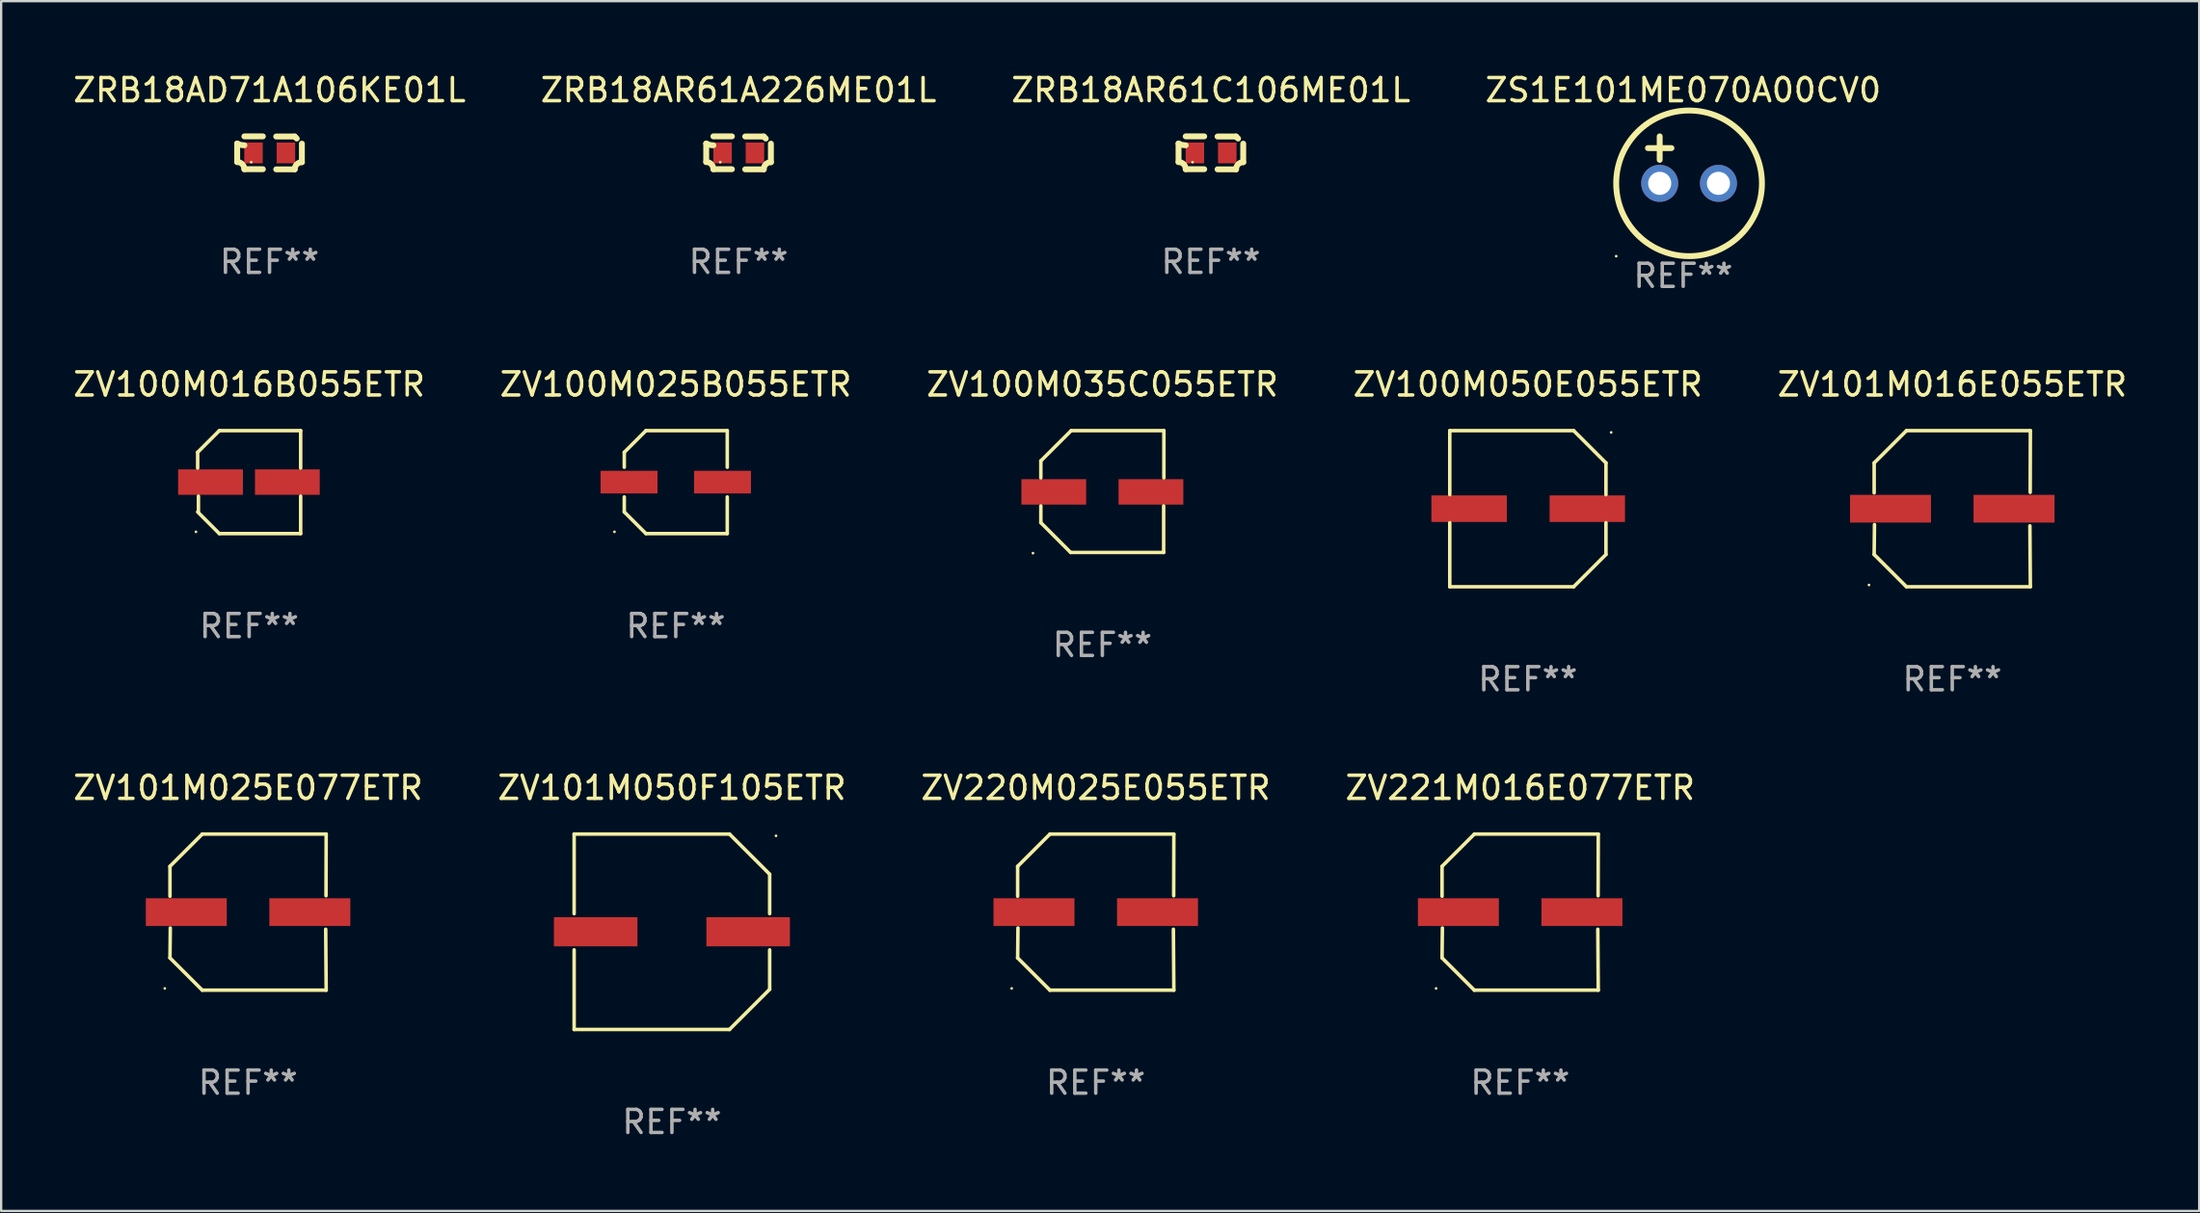
<source format=kicad_pcb>
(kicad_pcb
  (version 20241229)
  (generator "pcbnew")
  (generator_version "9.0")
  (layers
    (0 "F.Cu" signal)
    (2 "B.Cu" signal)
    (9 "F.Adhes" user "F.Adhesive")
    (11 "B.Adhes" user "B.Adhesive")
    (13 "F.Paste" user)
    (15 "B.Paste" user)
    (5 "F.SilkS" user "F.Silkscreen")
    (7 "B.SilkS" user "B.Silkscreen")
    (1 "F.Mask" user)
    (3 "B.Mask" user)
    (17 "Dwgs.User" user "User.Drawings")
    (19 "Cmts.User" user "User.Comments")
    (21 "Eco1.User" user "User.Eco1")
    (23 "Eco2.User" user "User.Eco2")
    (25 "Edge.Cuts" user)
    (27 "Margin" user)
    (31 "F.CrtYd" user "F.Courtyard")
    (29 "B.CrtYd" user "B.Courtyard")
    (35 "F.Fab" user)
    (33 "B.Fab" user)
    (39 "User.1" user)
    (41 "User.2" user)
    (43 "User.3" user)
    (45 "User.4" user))
  (footprint "ZV100M025B055ETR"
    (layer "F.Cu")
    (at 26.161 17.803)
    (property "Reference" "ZV100M025B055ETR" (at 0 -4.226 0) (layer "F.SilkS") (effects (font (size 1 1) (thickness 0.15))))
    (attr through_hole)
    (fp_line (start -2.226 -1.29) (end -1.29 -2.226) (stroke (width 0.152) (type solid)) (layer "F.SilkS"))
    (fp_line (start -2.226 -0.642) (end -2.226 -1.29) (stroke (width 0.152) (type solid)) (layer "F.SilkS"))
    (fp_line (start -2.226 0.642) (end -2.226 1.29) (stroke (width 0.152) (type solid)) (layer "F.SilkS"))
    (fp_line (start -2.226 1.29) (end -1.29 2.226) (stroke (width 0.152) (type solid)) (layer "F.SilkS"))
    (fp_line (start -1.29 -2.226) (end 2.226 -2.226) (stroke (width 0.152) (type solid)) (layer "F.SilkS"))
    (fp_line (start -1.29 2.226) (end 2.226 2.226) (stroke (width 0.152) (type solid)) (layer "F.SilkS"))
    (fp_line (start 2.226 -2.226) (end 2.226 -0.642) (stroke (width 0.152) (type solid)) (layer "F.SilkS"))
    (fp_line (start 2.226 2.226) (end 2.226 0.642) (stroke (width 0.152) (type solid)) (layer "F.SilkS"))
    (fp_circle (center -2.65 2.15) (end -2.62 2.15) (stroke (width 0.06) (type solid)) (fill no) (layer "F.SilkS"))
    (fp_text user "REF**" (at 0 6.226 0) (layer "F.Fab") (effects (font (size 1 1) (thickness 0.15))))
    (pad "1" smd rect (at -2.02 -0.000013) (size 2.46 0.98) (layers "F.Cu" "F.Mask" "F.Paste"))
    (pad "2" smd rect (at 2.02 -0.000013) (size 2.46 0.98) (layers "F.Cu" "F.Mask" "F.Paste")))
  (footprint "ZV220M025E055ETR"
    (layer "F.Cu")
    (at 44.315 36.402)
    (property "Reference" "ZV220M025E055ETR" (at 0 -5.376 0) (layer "F.SilkS") (effects (font (size 1 1) (thickness 0.15))))
    (attr through_hole)
    (fp_line (start -3.376 -1.98) (end -3.376 -0.686) (stroke (width 0.152) (type solid)) (layer "F.SilkS"))
    (fp_line (start -3.376 1.981) (end -3.362 0.686) (stroke (width 0.152) (type solid)) (layer "F.SilkS"))
    (fp_line (start -1.981 3.376) (end -3.376 1.981) (stroke (width 0.152) (type solid)) (layer "F.SilkS"))
    (fp_line (start -1.98 -3.376) (end -3.376 -1.98) (stroke (width 0.152) (type solid)) (layer "F.SilkS"))
    (fp_line (start 3.356 0.74) (end 3.376 3.376) (stroke (width 0.152) (type solid)) (layer "F.SilkS"))
    (fp_line (start 3.369 -0.707) (end 3.376 -3.376) (stroke (width 0.152) (type solid)) (layer "F.SilkS"))
    (fp_line (start 3.376 3.376) (end -1.981 3.376) (stroke (width 0.152) (type solid)) (layer "F.SilkS"))
    (fp_line (start 3.376 -3.376) (end -1.98 -3.376) (stroke (width 0.152) (type solid)) (layer "F.SilkS"))
    (fp_circle (center -3.634 3.3) (end -3.604 3.3) (stroke (width 0.06) (type solid)) (fill no) (layer "F.SilkS"))
    (fp_text user "REF**" (at 0 7.376 0) (layer "F.Fab") (effects (font (size 1 1) (thickness 0.15))))
    (pad "1" smd rect (at -2.67 0.000254) (size 3.5 1.2) (layers "F.Cu" "F.Mask" "F.Paste"))
    (pad "2" smd rect (at 2.67 0.000254) (size 3.5 1.2) (layers "F.Cu" "F.Mask" "F.Paste")))
  (footprint "ZV101M050F105ETR"
    (layer "F.Cu")
    (at 25.994 37.252)
    (property "Reference" "ZV101M050F105ETR" (at 0 -6.226 0) (layer "F.SilkS") (effects (font (size 1 1) (thickness 0.15))))
    (attr through_hole)
    (fp_line (start -4.226 -4.226) (end 2.49 -4.226) (stroke (width 0.152) (type solid)) (layer "F.SilkS"))
    (fp_line (start -4.226 -0.782) (end -4.226 -4.226) (stroke (width 0.152) (type solid)) (layer "F.SilkS"))
    (fp_line (start -4.226 0.782) (end -4.226 4.226) (stroke (width 0.152) (type solid)) (layer "F.SilkS"))
    (fp_line (start -4.226 4.226) (end 2.49 4.226) (stroke (width 0.152) (type solid)) (layer "F.SilkS"))
    (fp_line (start 2.49 -4.226) (end 4.226 -2.49) (stroke (width 0.152) (type solid)) (layer "F.SilkS"))
    (fp_line (start 2.49 4.226) (end 4.226 2.49) (stroke (width 0.152) (type solid)) (layer "F.SilkS"))
    (fp_line (start 4.226 -2.49) (end 4.226 -0.782) (stroke (width 0.152) (type solid)) (layer "F.SilkS"))
    (fp_line (start 4.226 2.49) (end 4.226 0.782) (stroke (width 0.152) (type solid)) (layer "F.SilkS"))
    (fp_circle (center 4.5 -4.15) (end 4.53 -4.15) (stroke (width 0.06) (type solid)) (fill no) (layer "F.SilkS"))
    (fp_text user "REF**" (at 0 8.226 0) (layer "F.Fab") (effects (font (size 1 1) (thickness 0.15))))
    (pad "1" smd rect (at 3.295 0 180) (size 3.61 1.26) (layers "F.Cu" "F.Mask" "F.Paste"))
    (pad "2" smd rect (at -3.295 0 180) (size 3.61 1.26) (layers "F.Cu" "F.Mask" "F.Paste")))
  (footprint "ZV101M016E055ETR"
    (layer "F.Cu")
    (at 81.339 18.953)
    (property "Reference" "ZV101M016E055ETR" (at 0 -5.376 0) (layer "F.SilkS") (effects (font (size 1 1) (thickness 0.15))))
    (attr through_hole)
    (fp_line (start -3.376 -1.98) (end -3.376 -0.686) (stroke (width 0.152) (type solid)) (layer "F.SilkS"))
    (fp_line (start -3.376 1.981) (end -3.362 0.686) (stroke (width 0.152) (type solid)) (layer "F.SilkS"))
    (fp_line (start -1.981 3.376) (end -3.376 1.981) (stroke (width 0.152) (type solid)) (layer "F.SilkS"))
    (fp_line (start -1.98 -3.376) (end -3.376 -1.98) (stroke (width 0.152) (type solid)) (layer "F.SilkS"))
    (fp_line (start 3.356 0.74) (end 3.376 3.376) (stroke (width 0.152) (type solid)) (layer "F.SilkS"))
    (fp_line (start 3.369 -0.707) (end 3.376 -3.376) (stroke (width 0.152) (type solid)) (layer "F.SilkS"))
    (fp_line (start 3.376 3.376) (end -1.981 3.376) (stroke (width 0.152) (type solid)) (layer "F.SilkS"))
    (fp_line (start 3.376 -3.376) (end -1.98 -3.376) (stroke (width 0.152) (type solid)) (layer "F.SilkS"))
    (fp_circle (center -3.6 3.3) (end -3.57 3.3) (stroke (width 0.06) (type solid)) (fill no) (layer "F.SilkS"))
    (fp_text user "REF**" (at 0 7.376 0) (layer "F.Fab") (effects (font (size 1 1) (thickness 0.15))))
    (pad "1" smd rect (at -2.67 0.000381) (size 3.5 1.2) (layers "F.Cu" "F.Mask" "F.Paste"))
    (pad "2" smd rect (at 2.67 0.000381) (size 3.5 1.2) (layers "F.Cu" "F.Mask" "F.Paste")))
  (footprint "ZV101M025E077ETR"
    (layer "F.Cu")
    (at 7.673 36.402)
    (property "Reference" "ZV101M025E077ETR" (at 0 -5.376 0) (layer "F.SilkS") (effects (font (size 1 1) (thickness 0.15))))
    (attr through_hole)
    (fp_line (start -3.376 -1.98) (end -3.376 -0.686) (stroke (width 0.152) (type solid)) (layer "F.SilkS"))
    (fp_line (start -3.376 1.981) (end -3.362 0.686) (stroke (width 0.152) (type solid)) (layer "F.SilkS"))
    (fp_line (start -1.981 3.376) (end -3.376 1.981) (stroke (width 0.152) (type solid)) (layer "F.SilkS"))
    (fp_line (start -1.98 -3.376) (end -3.376 -1.98) (stroke (width 0.152) (type solid)) (layer "F.SilkS"))
    (fp_line (start 3.356 0.74) (end 3.376 3.376) (stroke (width 0.152) (type solid)) (layer "F.SilkS"))
    (fp_line (start 3.369 -0.707) (end 3.376 -3.376) (stroke (width 0.152) (type solid)) (layer "F.SilkS"))
    (fp_line (start 3.376 3.376) (end -1.981 3.376) (stroke (width 0.152) (type solid)) (layer "F.SilkS"))
    (fp_line (start 3.376 -3.376) (end -1.98 -3.376) (stroke (width 0.152) (type solid)) (layer "F.SilkS"))
    (fp_circle (center -3.6 3.3) (end -3.57 3.3) (stroke (width 0.06) (type solid)) (fill no) (layer "F.SilkS"))
    (fp_text user "REF**" (at 0 7.376 0) (layer "F.Fab") (effects (font (size 1 1) (thickness 0.15))))
    (pad "1" smd rect (at -2.67 0.000381) (size 3.5 1.2) (layers "F.Cu" "F.Mask" "F.Paste"))
    (pad "2" smd rect (at 2.67 0.000381) (size 3.5 1.2) (layers "F.Cu" "F.Mask" "F.Paste")))
  (footprint "ZRB18AR61A226ME01L"
    (layer "F.Cu")
    (at 28.875 3.561)
    (property "Reference" "ZRB18AR61A226ME01L" (at 0 -2.713 0) (layer "F.SilkS") (effects (font (size 1 1) (thickness 0.15))))
    (attr through_hole)
    (fp_line (start -1.398 -0.403) (end -1.398 0.397) (stroke (width 0.254) (type solid)) (layer "F.SilkS"))
    (fp_line (start -0.288 -0.713) (end -1.088 -0.713) (stroke (width 0.254) (type solid)) (layer "F.SilkS"))
    (fp_line (start -0.288 0.707) (end -1.088 0.707) (stroke (width 0.254) (type solid)) (layer "F.SilkS"))
    (fp_line (start 0.288 -0.707) (end 1.088 -0.707) (stroke (width 0.254) (type solid)) (layer "F.SilkS"))
    (fp_line (start 0.288 0.713) (end 1.088 0.713) (stroke (width 0.254) (type solid)) (layer "F.SilkS"))
    (fp_line (start 1.398 -0.397) (end 1.398 0.403) (stroke (width 0.254) (type solid)) (layer "F.SilkS"))
    (fp_arc (start -1.397789 0.397066) (mid -1.178701 0.487826) (end -1.08796 0.706922) (stroke (width 0.254001) (type solid)) (layer "F.SilkS"))
    (fp_arc (start -1.08796 -0.327176) (mid -1.247436 -0.346384) (end -1.39779 -0.402908) (stroke (width 0.254001) (type solid)) (layer "F.SilkS"))
    (fp_arc (start 1.087909 0.712738) (mid 1.178656 0.493655) (end 1.397739 0.402908) (stroke (width 0.254001) (type solid)) (layer "F.SilkS"))
    (fp_arc (start 1.175925 -0.618926) (mid 1.131917 -0.662923) (end 1.08791 -0.706922) (stroke (width 0.254001) (type solid)) (layer "F.SilkS"))
    (fp_circle (center -0.792 0.403) (end -0.762 0.403) (stroke (width 0.06) (type solid)) (fill no) (layer "F.SilkS"))
    (fp_text user "REF**" (at 0 4.713 0) (layer "F.Fab") (effects (font (size 1 1) (thickness 0.15))))
    (pad "1" smd rect (at -0.692 0.003) (size 0.8 0.9) (layers "F.Cu" "F.Mask" "F.Paste"))
    (pad "2" smd rect (at 0.708 0.003) (size 0.8 0.9) (layers "F.Cu" "F.Mask" "F.Paste")))
  (footprint "ZS1E101ME070A00CV0"
    (layer "F.Cu")
    (at 69.708 3.864)
    (property "Reference" "ZS1E101ME070A00CV0" (at 0 -3.016 0) (layer "F.SilkS") (effects (font (size 1 1) (thickness 0.15))))
    (attr through_hole)
    (fp_line (start -1.524 -0.508) (end -0.508 -0.508) (stroke (width 0.254) (type solid)) (layer "F.SilkS"))
    (fp_line (start -1.016 -1.016) (end -1.016 0) (stroke (width 0.254) (type solid)) (layer "F.SilkS"))
    (fp_circle (center -2.896 4.166) (end -2.866 4.166) (stroke (width 0.06) (type solid)) (fill no) (layer "F.SilkS"))
    (fp_circle (center 0.254 1.016) (end 3.404 1.016) (stroke (width 0.254) (type solid)) (fill no) (layer "F.SilkS"))
    (fp_text user "REF**" (at 0 5.016 0) (layer "F.Fab") (effects (font (size 1 1) (thickness 0.15))))
    (pad "1" thru_hole circle (at -1.016 1.016) (size 1.6 1.6) (drill 1) (layers "*.Cu" "*.Mask"))
    (pad "2" thru_hole circle (at 1.524 1.016) (size 1.6 1.6) (drill 1) (layers "*.Cu" "*.Mask")))
  (footprint "ZV100M016B055ETR"
    (layer "F.Cu")
    (at 7.72 17.803)
    (property "Reference" "ZV100M016B055ETR" (at 0 -4.226 0) (layer "F.SilkS") (effects (font (size 1 1) (thickness 0.15))))
    (attr through_hole)
    (fp_line (start -2.226 -1.29) (end -2.226 -0.607) (stroke (width 0.152) (type solid)) (layer "F.SilkS"))
    (fp_line (start -2.193 1.29) (end -2.193 0.607) (stroke (width 0.152) (type solid)) (layer "F.SilkS"))
    (fp_line (start -1.29 2.226) (end -2.226 1.29) (stroke (width 0.152) (type solid)) (layer "F.SilkS"))
    (fp_line (start -1.29 -2.226) (end -2.226 -1.29) (stroke (width 0.152) (type solid)) (layer "F.SilkS"))
    (fp_line (start 2.226 -2.226) (end -1.29 -2.226) (stroke (width 0.152) (type solid)) (layer "F.SilkS"))
    (fp_line (start 2.226 -0.607) (end 2.226 -2.226) (stroke (width 0.152) (type solid)) (layer "F.SilkS"))
    (fp_line (start 2.226 0.607) (end 2.226 2.226) (stroke (width 0.152) (type solid)) (layer "F.SilkS"))
    (fp_line (start 2.226 2.226) (end -1.29 2.226) (stroke (width 0.152) (type solid)) (layer "F.SilkS"))
    (fp_circle (center -2.3 2.15) (end -2.27 2.15) (stroke (width 0.06) (type solid)) (fill no) (layer "F.SilkS"))
    (fp_text user "REF**" (at 0 6.226 0) (layer "F.Fab") (effects (font (size 1 1) (thickness 0.15))))
    (pad "1" smd rect (at -1.67 -0.000025) (size 2.8 1.1) (layers "F.Cu" "F.Mask" "F.Paste"))
    (pad "2" smd rect (at 1.651 -0.000025) (size 2.8 1.1) (layers "F.Cu" "F.Mask" "F.Paste")))
  (footprint "ZRB18AD71A106KE01L"
    (layer "F.Cu")
    (at 8.601 3.561)
    (property "Reference" "ZRB18AD71A106KE01L" (at 0 -2.713 0) (layer "F.SilkS") (effects (font (size 1 1) (thickness 0.15))))
    (attr through_hole)
    (fp_line (start -1.398 -0.403) (end -1.398 0.397) (stroke (width 0.254) (type solid)) (layer "F.SilkS"))
    (fp_line (start -0.288 -0.713) (end -1.088 -0.713) (stroke (width 0.254) (type solid)) (layer "F.SilkS"))
    (fp_line (start -0.288 0.707) (end -1.088 0.707) (stroke (width 0.254) (type solid)) (layer "F.SilkS"))
    (fp_line (start 0.288 -0.707) (end 1.088 -0.707) (stroke (width 0.254) (type solid)) (layer "F.SilkS"))
    (fp_line (start 0.288 0.713) (end 1.088 0.713) (stroke (width 0.254) (type solid)) (layer "F.SilkS"))
    (fp_line (start 1.398 -0.397) (end 1.398 0.403) (stroke (width 0.254) (type solid)) (layer "F.SilkS"))
    (fp_arc (start -1.397789 0.397066) (mid -1.178701 0.487826) (end -1.08796 0.706922) (stroke (width 0.254001) (type solid)) (layer "F.SilkS"))
    (fp_arc (start -1.08796 -0.327176) (mid -1.247436 -0.346384) (end -1.39779 -0.402908) (stroke (width 0.254001) (type solid)) (layer "F.SilkS"))
    (fp_arc (start 1.087909 0.712738) (mid 1.178656 0.493655) (end 1.397739 0.402908) (stroke (width 0.254001) (type solid)) (layer "F.SilkS"))
    (fp_arc (start 1.175925 -0.618926) (mid 1.131917 -0.662923) (end 1.08791 -0.706922) (stroke (width 0.254001) (type solid)) (layer "F.SilkS"))
    (fp_circle (center -0.792 0.403) (end -0.762 0.403) (stroke (width 0.06) (type solid)) (fill no) (layer "F.SilkS"))
    (fp_text user "REF**" (at 0 4.713 0) (layer "F.Fab") (effects (font (size 1 1) (thickness 0.15))))
    (pad "1" smd rect (at -0.692 0.003) (size 0.8 0.9) (layers "F.Cu" "F.Mask" "F.Paste"))
    (pad "2" smd rect (at 0.708 0.003) (size 0.8 0.9) (layers "F.Cu" "F.Mask" "F.Paste")))
  (footprint "ZV221M016E077ETR"
    (layer "F.Cu")
    (at 62.661 36.402)
    (property "Reference" "ZV221M016E077ETR" (at 0 -5.376 0) (layer "F.SilkS") (effects (font (size 1 1) (thickness 0.15))))
    (attr through_hole)
    (fp_line (start -3.376 -1.98) (end -3.376 -0.686) (stroke (width 0.152) (type solid)) (layer "F.SilkS"))
    (fp_line (start -3.376 1.981) (end -3.362 0.686) (stroke (width 0.152) (type solid)) (layer "F.SilkS"))
    (fp_line (start -1.981 3.376) (end -3.376 1.981) (stroke (width 0.152) (type solid)) (layer "F.SilkS"))
    (fp_line (start -1.98 -3.376) (end -3.376 -1.98) (stroke (width 0.152) (type solid)) (layer "F.SilkS"))
    (fp_line (start 3.356 0.74) (end 3.376 3.376) (stroke (width 0.152) (type solid)) (layer "F.SilkS"))
    (fp_line (start 3.369 -0.707) (end 3.376 -3.376) (stroke (width 0.152) (type solid)) (layer "F.SilkS"))
    (fp_line (start 3.376 3.376) (end -1.981 3.376) (stroke (width 0.152) (type solid)) (layer "F.SilkS"))
    (fp_line (start 3.376 -3.376) (end -1.98 -3.376) (stroke (width 0.152) (type solid)) (layer "F.SilkS"))
    (fp_circle (center -3.634 3.3) (end -3.604 3.3) (stroke (width 0.06) (type solid)) (fill no) (layer "F.SilkS"))
    (fp_text user "REF**" (at 0 7.376 0) (layer "F.Fab") (effects (font (size 1 1) (thickness 0.15))))
    (pad "1" smd rect (at -2.67 0.000254) (size 3.5 1.2) (layers "F.Cu" "F.Mask" "F.Paste"))
    (pad "2" smd rect (at 2.67 0.000254) (size 3.5 1.2) (layers "F.Cu" "F.Mask" "F.Paste")))
  (footprint "ZRB18AR61C106ME01L"
    (layer "F.Cu")
    (at 49.292 3.561)
    (property "Reference" "ZRB18AR61C106ME01L" (at 0 -2.713 0) (layer "F.SilkS") (effects (font (size 1 1) (thickness 0.15))))
    (attr through_hole)
    (fp_line (start -1.398 -0.403) (end -1.398 0.397) (stroke (width 0.254) (type solid)) (layer "F.SilkS"))
    (fp_line (start -0.288 -0.713) (end -1.088 -0.713) (stroke (width 0.254) (type solid)) (layer "F.SilkS"))
    (fp_line (start -0.288 0.707) (end -1.088 0.707) (stroke (width 0.254) (type solid)) (layer "F.SilkS"))
    (fp_line (start 0.288 -0.707) (end 1.088 -0.707) (stroke (width 0.254) (type solid)) (layer "F.SilkS"))
    (fp_line (start 0.288 0.713) (end 1.088 0.713) (stroke (width 0.254) (type solid)) (layer "F.SilkS"))
    (fp_line (start 1.398 -0.397) (end 1.398 0.403) (stroke (width 0.254) (type solid)) (layer "F.SilkS"))
    (fp_arc (start -1.397789 0.397066) (mid -1.178701 0.487826) (end -1.08796 0.706922) (stroke (width 0.254001) (type solid)) (layer "F.SilkS"))
    (fp_arc (start -1.08796 -0.327176) (mid -1.247436 -0.346384) (end -1.39779 -0.402908) (stroke (width 0.254001) (type solid)) (layer "F.SilkS"))
    (fp_arc (start 1.087909 0.712738) (mid 1.178656 0.493655) (end 1.397739 0.402908) (stroke (width 0.254001) (type solid)) (layer "F.SilkS"))
    (fp_arc (start 1.175925 -0.618926) (mid 1.131917 -0.662923) (end 1.08791 -0.706922) (stroke (width 0.254001) (type solid)) (layer "F.SilkS"))
    (fp_circle (center -0.792 0.403) (end -0.762 0.403) (stroke (width 0.06) (type solid)) (fill no) (layer "F.SilkS"))
    (fp_text user "REF**" (at 0 4.713 0) (layer "F.Fab") (effects (font (size 1 1) (thickness 0.15))))
    (pad "1" smd rect (at -0.692 0.003) (size 0.8 0.9) (layers "F.Cu" "F.Mask" "F.Paste"))
    (pad "2" smd rect (at 0.708 0.003) (size 0.8 0.9) (layers "F.Cu" "F.Mask" "F.Paste")))
  (footprint "ZV100M050E055ETR"
    (layer "F.Cu")
    (at 62.994 18.953)
    (property "Reference" "ZV100M050E055ETR" (at 0 -5.376 0) (layer "F.SilkS") (effects (font (size 1 1) (thickness 0.15))))
    (attr through_hole)
    (fp_line (start -3.376 -3.376) (end 1.98 -3.376) (stroke (width 0.152) (type solid)) (layer "F.SilkS"))
    (fp_line (start -3.376 -0.607) (end -3.376 -3.376) (stroke (width 0.152) (type solid)) (layer "F.SilkS"))
    (fp_line (start -3.376 0.607) (end -3.376 3.376) (stroke (width 0.152) (type solid)) (layer "F.SilkS"))
    (fp_line (start -3.376 3.376) (end 1.98 3.376) (stroke (width 0.152) (type solid)) (layer "F.SilkS"))
    (fp_line (start 1.98 -3.376) (end 3.376 -1.98) (stroke (width 0.152) (type solid)) (layer "F.SilkS"))
    (fp_line (start 1.98 3.376) (end 3.376 1.98) (stroke (width 0.152) (type solid)) (layer "F.SilkS"))
    (fp_line (start 3.376 -1.98) (end 3.376 -0.607) (stroke (width 0.152) (type solid)) (layer "F.SilkS"))
    (fp_line (start 3.376 1.98) (end 3.376 0.607) (stroke (width 0.152) (type solid)) (layer "F.SilkS"))
    (fp_circle (center 3.6 -3.3) (end 3.63 -3.3) (stroke (width 0.06) (type solid)) (fill no) (layer "F.SilkS"))
    (fp_text user "REF**" (at 0 7.376 0) (layer "F.Fab") (effects (font (size 1 1) (thickness 0.15))))
    (pad "1" smd rect (at 2.57 0 180) (size 3.26 1.15) (layers "F.Cu" "F.Mask" "F.Paste"))
    (pad "2" smd rect (at -2.54 0 180) (size 3.26 1.15) (layers "F.Cu" "F.Mask" "F.Paste")))
  (footprint "ZV100M035C055ETR"
    (layer "F.Cu")
    (at 44.601 18.211)
    (property "Reference" "ZV100M035C055ETR" (at 0 -4.634 0) (layer "F.SilkS") (effects (font (size 1 1) (thickness 0.15))))
    (attr through_hole)
    (fp_line (start -2.659 -1.326) (end -2.659 -0.592) (stroke (width 0.152) (type solid)) (layer "F.SilkS"))
    (fp_line (start -2.659 1.346) (end -2.659 0.622) (stroke (width 0.152) (type solid)) (layer "F.SilkS"))
    (fp_line (start -1.372 2.634) (end -2.659 1.346) (stroke (width 0.152) (type solid)) (layer "F.SilkS"))
    (fp_line (start -1.349 -2.634) (end -2.659 -1.326) (stroke (width 0.152) (type solid)) (layer "F.SilkS"))
    (fp_line (start 2.649 0.622) (end 2.649 2.634) (stroke (width 0.152) (type solid)) (layer "F.SilkS"))
    (fp_line (start 2.649 2.634) (end -1.372 2.634) (stroke (width 0.152) (type solid)) (layer "F.SilkS"))
    (fp_line (start 2.659 -2.634) (end -1.349 -2.634) (stroke (width 0.152) (type solid)) (layer "F.SilkS"))
    (fp_line (start 2.659 -0.592) (end 2.659 -2.634) (stroke (width 0.152) (type solid)) (layer "F.SilkS"))
    (fp_circle (center -3 2.665) (end -2.97 2.665) (stroke (width 0.06) (type solid)) (fill no) (layer "F.SilkS"))
    (fp_text user "REF**" (at 0 6.634 0) (layer "F.Fab") (effects (font (size 1 1) (thickness 0.15))))
    (pad "1" smd rect (at -2.1 0.015) (size 2.8 1.1) (layers "F.Cu" "F.Mask" "F.Paste"))
    (pad "2" smd rect (at 2.1 0.015) (size 2.8 1.1) (layers "F.Cu" "F.Mask" "F.Paste")))
  (gr_rect
    (start -3 -3)
    (end 92.012 49.326)
    (stroke (width 0.1) (type default))
    (fill no)
    (layer "Edge.Cuts")))
</source>
